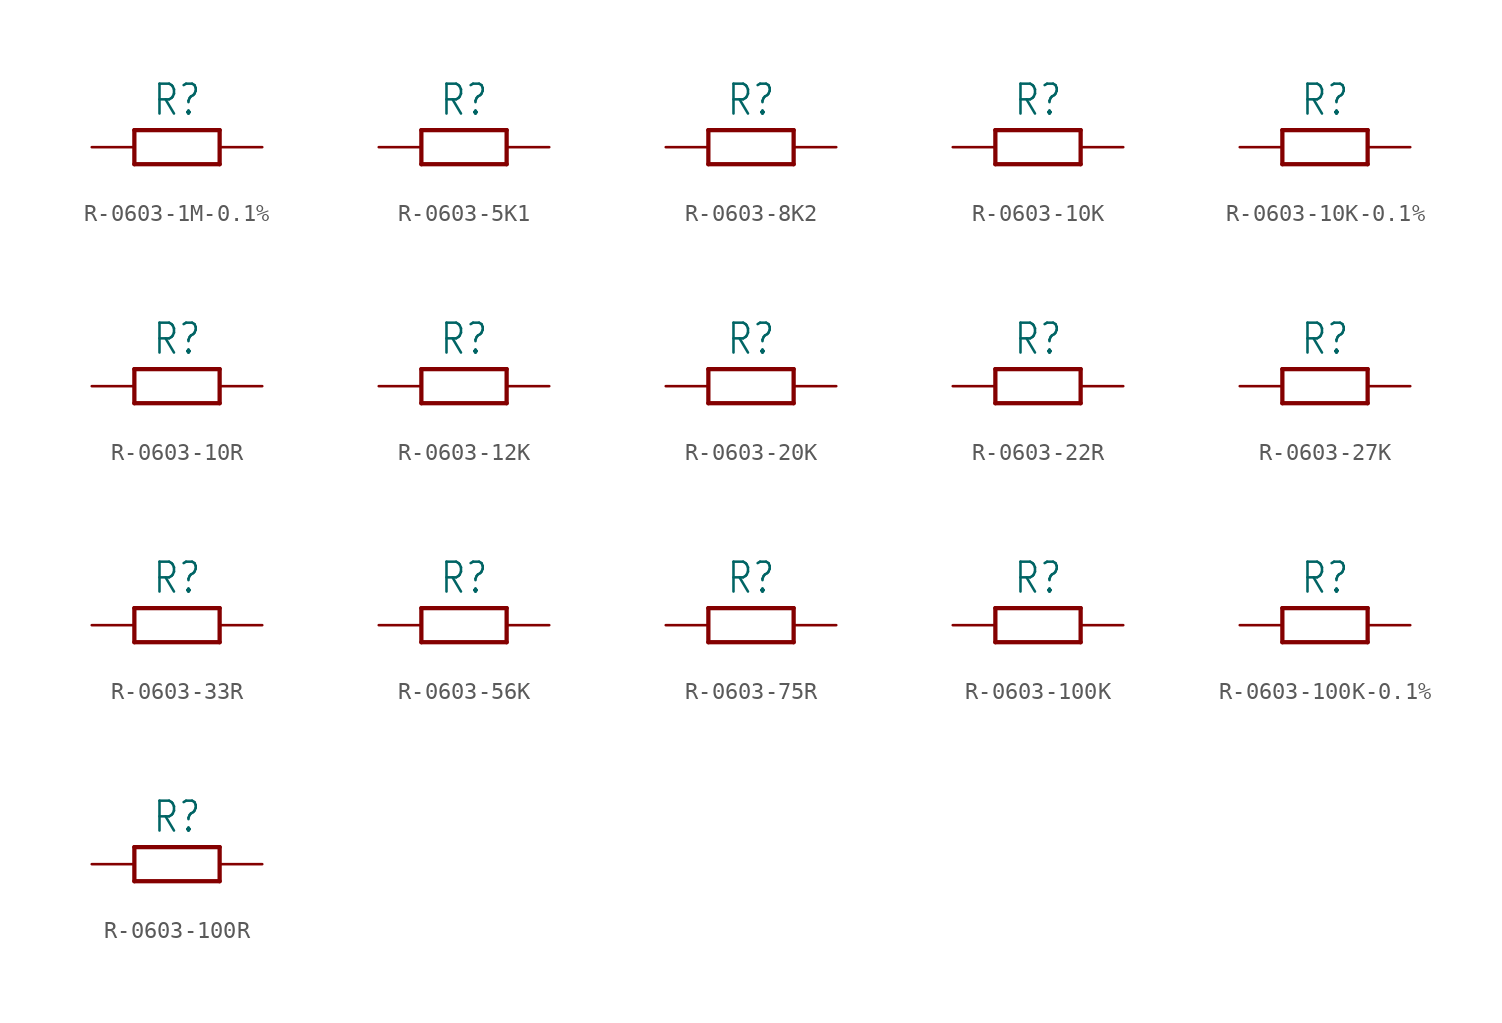
<source format=kicad_sym>
(kicad_symbol_lib
  (version 20231120)
  (generator "kicad_symbol_editor")
  (generator_version "8.0")
  (symbol "R-0603-1M-0.1%"
    (property "Reference" "R"
      (at 0 1.778 0)
      (effects (font (size 1.778 1.511)) (justify bottom)))
    (property "Value" ""
      (at 0 -1.778 0)
      (effects (font (size 1.778 1.511)) (justify top)))
    (property "ki_locked" ""
      (at 0 0 0)
      (effects (font (size 1.27 1.27))))
    (symbol "R-0603-1M-0.1%_1_0"
      (polyline (pts (xy -2.54 -1.016) (xy -2.54 1.016)) (stroke (width 0.254) (type solid)) (fill (type none)))
      (polyline (pts (xy -2.54 1.016) (xy 2.54 1.016)) (stroke (width 0.254) (type solid)) (fill (type none)))
      (polyline (pts (xy 2.54 -1.016) (xy -2.54 -1.016)) (stroke (width 0.254) (type solid)) (fill (type none)))
      (polyline (pts (xy 2.54 1.016) (xy 2.54 -1.016)) (stroke (width 0.254) (type solid)) (fill (type none)))
      (pin passive line (at -5.08 0 0) (length 2.54) (name "1" (effects (font (size 0 0)))) (number "1" (effects (font (size 0 0)))))
      (pin passive line (at 5.08 0 180) (length 2.54) (name "2" (effects (font (size 0 0)))) (number "2" (effects (font (size 0 0)))))))
  (symbol "R-0603-5K1"
    (property "Reference" "R"
      (at 0 1.778 0)
      (effects (font (size 1.778 1.511)) (justify bottom)))
    (property "Value" ""
      (at 0 -1.778 0)
      (effects (font (size 1.778 1.511)) (justify top)))
    (property "ki_locked" ""
      (at 0 0 0)
      (effects (font (size 1.27 1.27))))
    (symbol "R-0603-5K1_1_0"
      (polyline (pts (xy -2.54 -1.016) (xy -2.54 1.016)) (stroke (width 0.254) (type solid)) (fill (type none)))
      (polyline (pts (xy -2.54 1.016) (xy 2.54 1.016)) (stroke (width 0.254) (type solid)) (fill (type none)))
      (polyline (pts (xy 2.54 -1.016) (xy -2.54 -1.016)) (stroke (width 0.254) (type solid)) (fill (type none)))
      (polyline (pts (xy 2.54 1.016) (xy 2.54 -1.016)) (stroke (width 0.254) (type solid)) (fill (type none)))
      (pin passive line (at -5.08 0 0) (length 2.54) (name "1" (effects (font (size 0 0)))) (number "1" (effects (font (size 0 0)))))
      (pin passive line (at 5.08 0 180) (length 2.54) (name "2" (effects (font (size 0 0)))) (number "2" (effects (font (size 0 0)))))))
  (symbol "R-0603-8K2"
    (property "Reference" "R"
      (at 0 1.778 0)
      (effects (font (size 1.778 1.511)) (justify bottom)))
    (property "Value" ""
      (at 0 -1.778 0)
      (effects (font (size 1.778 1.511)) (justify top)))
    (property "ki_locked" ""
      (at 0 0 0)
      (effects (font (size 1.27 1.27))))
    (symbol "R-0603-8K2_1_0"
      (polyline (pts (xy -2.54 -1.016) (xy -2.54 1.016)) (stroke (width 0.254) (type solid)) (fill (type none)))
      (polyline (pts (xy -2.54 1.016) (xy 2.54 1.016)) (stroke (width 0.254) (type solid)) (fill (type none)))
      (polyline (pts (xy 2.54 -1.016) (xy -2.54 -1.016)) (stroke (width 0.254) (type solid)) (fill (type none)))
      (polyline (pts (xy 2.54 1.016) (xy 2.54 -1.016)) (stroke (width 0.254) (type solid)) (fill (type none)))
      (pin passive line (at -5.08 0 0) (length 2.54) (name "1" (effects (font (size 0 0)))) (number "1" (effects (font (size 0 0)))))
      (pin passive line (at 5.08 0 180) (length 2.54) (name "2" (effects (font (size 0 0)))) (number "2" (effects (font (size 0 0)))))))
  (symbol "R-0603-10K"
    (property "Reference" "R"
      (at 0 1.778 0)
      (effects (font (size 1.778 1.511)) (justify bottom)))
    (property "Value" ""
      (at 0 -1.778 0)
      (effects (font (size 1.778 1.511)) (justify top)))
    (property "ki_locked" ""
      (at 0 0 0)
      (effects (font (size 1.27 1.27))))
    (symbol "R-0603-10K_1_0"
      (polyline (pts (xy -2.54 -1.016) (xy -2.54 1.016)) (stroke (width 0.254) (type solid)) (fill (type none)))
      (polyline (pts (xy -2.54 1.016) (xy 2.54 1.016)) (stroke (width 0.254) (type solid)) (fill (type none)))
      (polyline (pts (xy 2.54 -1.016) (xy -2.54 -1.016)) (stroke (width 0.254) (type solid)) (fill (type none)))
      (polyline (pts (xy 2.54 1.016) (xy 2.54 -1.016)) (stroke (width 0.254) (type solid)) (fill (type none)))
      (pin passive line (at -5.08 0 0) (length 2.54) (name "1" (effects (font (size 0 0)))) (number "1" (effects (font (size 0 0)))))
      (pin passive line (at 5.08 0 180) (length 2.54) (name "2" (effects (font (size 0 0)))) (number "2" (effects (font (size 0 0)))))))
  (symbol "R-0603-10K-0.1%"
    (property "Reference" "R"
      (at 0 1.778 0)
      (effects (font (size 1.778 1.511)) (justify bottom)))
    (property "Value" ""
      (at 0 -1.778 0)
      (effects (font (size 1.778 1.511)) (justify top)))
    (property "ki_locked" ""
      (at 0 0 0)
      (effects (font (size 1.27 1.27))))
    (symbol "R-0603-10K-0.1%_1_0"
      (polyline (pts (xy -2.54 -1.016) (xy -2.54 1.016)) (stroke (width 0.254) (type solid)) (fill (type none)))
      (polyline (pts (xy -2.54 1.016) (xy 2.54 1.016)) (stroke (width 0.254) (type solid)) (fill (type none)))
      (polyline (pts (xy 2.54 -1.016) (xy -2.54 -1.016)) (stroke (width 0.254) (type solid)) (fill (type none)))
      (polyline (pts (xy 2.54 1.016) (xy 2.54 -1.016)) (stroke (width 0.254) (type solid)) (fill (type none)))
      (pin passive line (at -5.08 0 0) (length 2.54) (name "1" (effects (font (size 0 0)))) (number "1" (effects (font (size 0 0)))))
      (pin passive line (at 5.08 0 180) (length 2.54) (name "2" (effects (font (size 0 0)))) (number "2" (effects (font (size 0 0)))))))
  (symbol "R-0603-10R"
    (property "Reference" "R"
      (at 0 1.778 0)
      (effects (font (size 1.778 1.511)) (justify bottom)))
    (property "Value" ""
      (at 0 -1.778 0)
      (effects (font (size 1.778 1.511)) (justify top)))
    (property "ki_locked" ""
      (at 0 0 0)
      (effects (font (size 1.27 1.27))))
    (symbol "R-0603-10R_1_0"
      (polyline (pts (xy -2.54 -1.016) (xy -2.54 1.016)) (stroke (width 0.254) (type solid)) (fill (type none)))
      (polyline (pts (xy -2.54 1.016) (xy 2.54 1.016)) (stroke (width 0.254) (type solid)) (fill (type none)))
      (polyline (pts (xy 2.54 -1.016) (xy -2.54 -1.016)) (stroke (width 0.254) (type solid)) (fill (type none)))
      (polyline (pts (xy 2.54 1.016) (xy 2.54 -1.016)) (stroke (width 0.254) (type solid)) (fill (type none)))
      (pin passive line (at -5.08 0 0) (length 2.54) (name "1" (effects (font (size 0 0)))) (number "1" (effects (font (size 0 0)))))
      (pin passive line (at 5.08 0 180) (length 2.54) (name "2" (effects (font (size 0 0)))) (number "2" (effects (font (size 0 0)))))))
  (symbol "R-0603-12K"
    (property "Reference" "R"
      (at 0 1.778 0)
      (effects (font (size 1.778 1.511)) (justify bottom)))
    (property "Value" ""
      (at 0 -1.778 0)
      (effects (font (size 1.778 1.511)) (justify top)))
    (property "ki_locked" ""
      (at 0 0 0)
      (effects (font (size 1.27 1.27))))
    (symbol "R-0603-12K_1_0"
      (polyline (pts (xy -2.54 -1.016) (xy -2.54 1.016)) (stroke (width 0.254) (type solid)) (fill (type none)))
      (polyline (pts (xy -2.54 1.016) (xy 2.54 1.016)) (stroke (width 0.254) (type solid)) (fill (type none)))
      (polyline (pts (xy 2.54 -1.016) (xy -2.54 -1.016)) (stroke (width 0.254) (type solid)) (fill (type none)))
      (polyline (pts (xy 2.54 1.016) (xy 2.54 -1.016)) (stroke (width 0.254) (type solid)) (fill (type none)))
      (pin passive line (at -5.08 0 0) (length 2.54) (name "1" (effects (font (size 0 0)))) (number "1" (effects (font (size 0 0)))))
      (pin passive line (at 5.08 0 180) (length 2.54) (name "2" (effects (font (size 0 0)))) (number "2" (effects (font (size 0 0)))))))
  (symbol "R-0603-20K"
    (property "Reference" "R"
      (at 0 1.778 0)
      (effects (font (size 1.778 1.511)) (justify bottom)))
    (property "Value" ""
      (at 0 -1.778 0)
      (effects (font (size 1.778 1.511)) (justify top)))
    (property "ki_locked" ""
      (at 0 0 0)
      (effects (font (size 1.27 1.27))))
    (symbol "R-0603-20K_1_0"
      (polyline (pts (xy -2.54 -1.016) (xy -2.54 1.016)) (stroke (width 0.254) (type solid)) (fill (type none)))
      (polyline (pts (xy -2.54 1.016) (xy 2.54 1.016)) (stroke (width 0.254) (type solid)) (fill (type none)))
      (polyline (pts (xy 2.54 -1.016) (xy -2.54 -1.016)) (stroke (width 0.254) (type solid)) (fill (type none)))
      (polyline (pts (xy 2.54 1.016) (xy 2.54 -1.016)) (stroke (width 0.254) (type solid)) (fill (type none)))
      (pin passive line (at -5.08 0 0) (length 2.54) (name "1" (effects (font (size 0 0)))) (number "1" (effects (font (size 0 0)))))
      (pin passive line (at 5.08 0 180) (length 2.54) (name "2" (effects (font (size 0 0)))) (number "2" (effects (font (size 0 0)))))))
  (symbol "R-0603-22R"
    (property "Reference" "R"
      (at 0 1.778 0)
      (effects (font (size 1.778 1.511)) (justify bottom)))
    (property "Value" ""
      (at 0 -1.778 0)
      (effects (font (size 1.778 1.511)) (justify top)))
    (property "ki_locked" ""
      (at 0 0 0)
      (effects (font (size 1.27 1.27))))
    (symbol "R-0603-22R_1_0"
      (polyline (pts (xy -2.54 -1.016) (xy -2.54 1.016)) (stroke (width 0.254) (type solid)) (fill (type none)))
      (polyline (pts (xy -2.54 1.016) (xy 2.54 1.016)) (stroke (width 0.254) (type solid)) (fill (type none)))
      (polyline (pts (xy 2.54 -1.016) (xy -2.54 -1.016)) (stroke (width 0.254) (type solid)) (fill (type none)))
      (polyline (pts (xy 2.54 1.016) (xy 2.54 -1.016)) (stroke (width 0.254) (type solid)) (fill (type none)))
      (pin passive line (at -5.08 0 0) (length 2.54) (name "1" (effects (font (size 0 0)))) (number "1" (effects (font (size 0 0)))))
      (pin passive line (at 5.08 0 180) (length 2.54) (name "2" (effects (font (size 0 0)))) (number "2" (effects (font (size 0 0)))))))
  (symbol "R-0603-27K"
    (property "Reference" "R"
      (at 0 1.778 0)
      (effects (font (size 1.778 1.511)) (justify bottom)))
    (property "Value" ""
      (at 0 -1.778 0)
      (effects (font (size 1.778 1.511)) (justify top)))
    (property "ki_locked" ""
      (at 0 0 0)
      (effects (font (size 1.27 1.27))))
    (symbol "R-0603-27K_1_0"
      (polyline (pts (xy -2.54 -1.016) (xy -2.54 1.016)) (stroke (width 0.254) (type solid)) (fill (type none)))
      (polyline (pts (xy -2.54 1.016) (xy 2.54 1.016)) (stroke (width 0.254) (type solid)) (fill (type none)))
      (polyline (pts (xy 2.54 -1.016) (xy -2.54 -1.016)) (stroke (width 0.254) (type solid)) (fill (type none)))
      (polyline (pts (xy 2.54 1.016) (xy 2.54 -1.016)) (stroke (width 0.254) (type solid)) (fill (type none)))
      (pin passive line (at -5.08 0 0) (length 2.54) (name "1" (effects (font (size 0 0)))) (number "1" (effects (font (size 0 0)))))
      (pin passive line (at 5.08 0 180) (length 2.54) (name "2" (effects (font (size 0 0)))) (number "2" (effects (font (size 0 0)))))))
  (symbol "R-0603-33R"
    (property "Reference" "R"
      (at 0 1.778 0)
      (effects (font (size 1.778 1.511)) (justify bottom)))
    (property "Value" ""
      (at 0 -1.778 0)
      (effects (font (size 1.778 1.511)) (justify top)))
    (property "ki_locked" ""
      (at 0 0 0)
      (effects (font (size 1.27 1.27))))
    (symbol "R-0603-33R_1_0"
      (polyline (pts (xy -2.54 -1.016) (xy -2.54 1.016)) (stroke (width 0.254) (type solid)) (fill (type none)))
      (polyline (pts (xy -2.54 1.016) (xy 2.54 1.016)) (stroke (width 0.254) (type solid)) (fill (type none)))
      (polyline (pts (xy 2.54 -1.016) (xy -2.54 -1.016)) (stroke (width 0.254) (type solid)) (fill (type none)))
      (polyline (pts (xy 2.54 1.016) (xy 2.54 -1.016)) (stroke (width 0.254) (type solid)) (fill (type none)))
      (pin passive line (at -5.08 0 0) (length 2.54) (name "1" (effects (font (size 0 0)))) (number "1" (effects (font (size 0 0)))))
      (pin passive line (at 5.08 0 180) (length 2.54) (name "2" (effects (font (size 0 0)))) (number "2" (effects (font (size 0 0)))))))
  (symbol "R-0603-56K"
    (property "Reference" "R"
      (at 0 1.778 0)
      (effects (font (size 1.778 1.511)) (justify bottom)))
    (property "Value" ""
      (at 0 -1.778 0)
      (effects (font (size 1.778 1.511)) (justify top)))
    (property "ki_locked" ""
      (at 0 0 0)
      (effects (font (size 1.27 1.27))))
    (symbol "R-0603-56K_1_0"
      (polyline (pts (xy -2.54 -1.016) (xy -2.54 1.016)) (stroke (width 0.254) (type solid)) (fill (type none)))
      (polyline (pts (xy -2.54 1.016) (xy 2.54 1.016)) (stroke (width 0.254) (type solid)) (fill (type none)))
      (polyline (pts (xy 2.54 -1.016) (xy -2.54 -1.016)) (stroke (width 0.254) (type solid)) (fill (type none)))
      (polyline (pts (xy 2.54 1.016) (xy 2.54 -1.016)) (stroke (width 0.254) (type solid)) (fill (type none)))
      (pin passive line (at -5.08 0 0) (length 2.54) (name "1" (effects (font (size 0 0)))) (number "1" (effects (font (size 0 0)))))
      (pin passive line (at 5.08 0 180) (length 2.54) (name "2" (effects (font (size 0 0)))) (number "2" (effects (font (size 0 0)))))))
  (symbol "R-0603-75R"
    (property "Reference" "R"
      (at 0 1.778 0)
      (effects (font (size 1.778 1.511)) (justify bottom)))
    (property "Value" ""
      (at 0 -1.778 0)
      (effects (font (size 1.778 1.511)) (justify top)))
    (property "ki_locked" ""
      (at 0 0 0)
      (effects (font (size 1.27 1.27))))
    (symbol "R-0603-75R_1_0"
      (polyline (pts (xy -2.54 -1.016) (xy -2.54 1.016)) (stroke (width 0.254) (type solid)) (fill (type none)))
      (polyline (pts (xy -2.54 1.016) (xy 2.54 1.016)) (stroke (width 0.254) (type solid)) (fill (type none)))
      (polyline (pts (xy 2.54 -1.016) (xy -2.54 -1.016)) (stroke (width 0.254) (type solid)) (fill (type none)))
      (polyline (pts (xy 2.54 1.016) (xy 2.54 -1.016)) (stroke (width 0.254) (type solid)) (fill (type none)))
      (pin passive line (at -5.08 0 0) (length 2.54) (name "1" (effects (font (size 0 0)))) (number "1" (effects (font (size 0 0)))))
      (pin passive line (at 5.08 0 180) (length 2.54) (name "2" (effects (font (size 0 0)))) (number "2" (effects (font (size 0 0)))))))
  (symbol "R-0603-100K"
    (property "Reference" "R"
      (at 0 1.778 0)
      (effects (font (size 1.778 1.511)) (justify bottom)))
    (property "Value" ""
      (at 0 -1.778 0)
      (effects (font (size 1.778 1.511)) (justify top)))
    (property "ki_locked" ""
      (at 0 0 0)
      (effects (font (size 1.27 1.27))))
    (symbol "R-0603-100K_1_0"
      (polyline (pts (xy -2.54 -1.016) (xy -2.54 1.016)) (stroke (width 0.254) (type solid)) (fill (type none)))
      (polyline (pts (xy -2.54 1.016) (xy 2.54 1.016)) (stroke (width 0.254) (type solid)) (fill (type none)))
      (polyline (pts (xy 2.54 -1.016) (xy -2.54 -1.016)) (stroke (width 0.254) (type solid)) (fill (type none)))
      (polyline (pts (xy 2.54 1.016) (xy 2.54 -1.016)) (stroke (width 0.254) (type solid)) (fill (type none)))
      (pin passive line (at -5.08 0 0) (length 2.54) (name "1" (effects (font (size 0 0)))) (number "1" (effects (font (size 0 0)))))
      (pin passive line (at 5.08 0 180) (length 2.54) (name "2" (effects (font (size 0 0)))) (number "2" (effects (font (size 0 0)))))))
  (symbol "R-0603-100K-0.1%"
    (property "Reference" "R"
      (at 0 1.778 0)
      (effects (font (size 1.778 1.511)) (justify bottom)))
    (property "Value" ""
      (at 0 -1.778 0)
      (effects (font (size 1.778 1.511)) (justify top)))
    (property "ki_locked" ""
      (at 0 0 0)
      (effects (font (size 1.27 1.27))))
    (symbol "R-0603-100K-0.1%_1_0"
      (polyline (pts (xy -2.54 -1.016) (xy -2.54 1.016)) (stroke (width 0.254) (type solid)) (fill (type none)))
      (polyline (pts (xy -2.54 1.016) (xy 2.54 1.016)) (stroke (width 0.254) (type solid)) (fill (type none)))
      (polyline (pts (xy 2.54 -1.016) (xy -2.54 -1.016)) (stroke (width 0.254) (type solid)) (fill (type none)))
      (polyline (pts (xy 2.54 1.016) (xy 2.54 -1.016)) (stroke (width 0.254) (type solid)) (fill (type none)))
      (pin passive line (at -5.08 0 0) (length 2.54) (name "1" (effects (font (size 0 0)))) (number "1" (effects (font (size 0 0)))))
      (pin passive line (at 5.08 0 180) (length 2.54) (name "2" (effects (font (size 0 0)))) (number "2" (effects (font (size 0 0)))))))
  (symbol "R-0603-100R"
    (property "Reference" "R"
      (at 0 1.778 0)
      (effects (font (size 1.778 1.511)) (justify bottom)))
    (property "Value" ""
      (at 0 -1.778 0)
      (effects (font (size 1.778 1.511)) (justify top)))
    (property "ki_locked" ""
      (at 0 0 0)
      (effects (font (size 1.27 1.27))))
    (symbol "R-0603-100R_1_0"
      (polyline (pts (xy -2.54 -1.016) (xy -2.54 1.016)) (stroke (width 0.254) (type solid)) (fill (type none)))
      (polyline (pts (xy -2.54 1.016) (xy 2.54 1.016)) (stroke (width 0.254) (type solid)) (fill (type none)))
      (polyline (pts (xy 2.54 -1.016) (xy -2.54 -1.016)) (stroke (width 0.254) (type solid)) (fill (type none)))
      (polyline (pts (xy 2.54 1.016) (xy 2.54 -1.016)) (stroke (width 0.254) (type solid)) (fill (type none)))
      (pin passive line (at -5.08 0 0) (length 2.54) (name "1" (effects (font (size 0 0)))) (number "1" (effects (font (size 0 0)))))
      (pin passive line (at 5.08 0 180) (length 2.54) (name "2" (effects (font (size 0 0)))) (number "2" (effects (font (size 0 0))))))))
</source>
